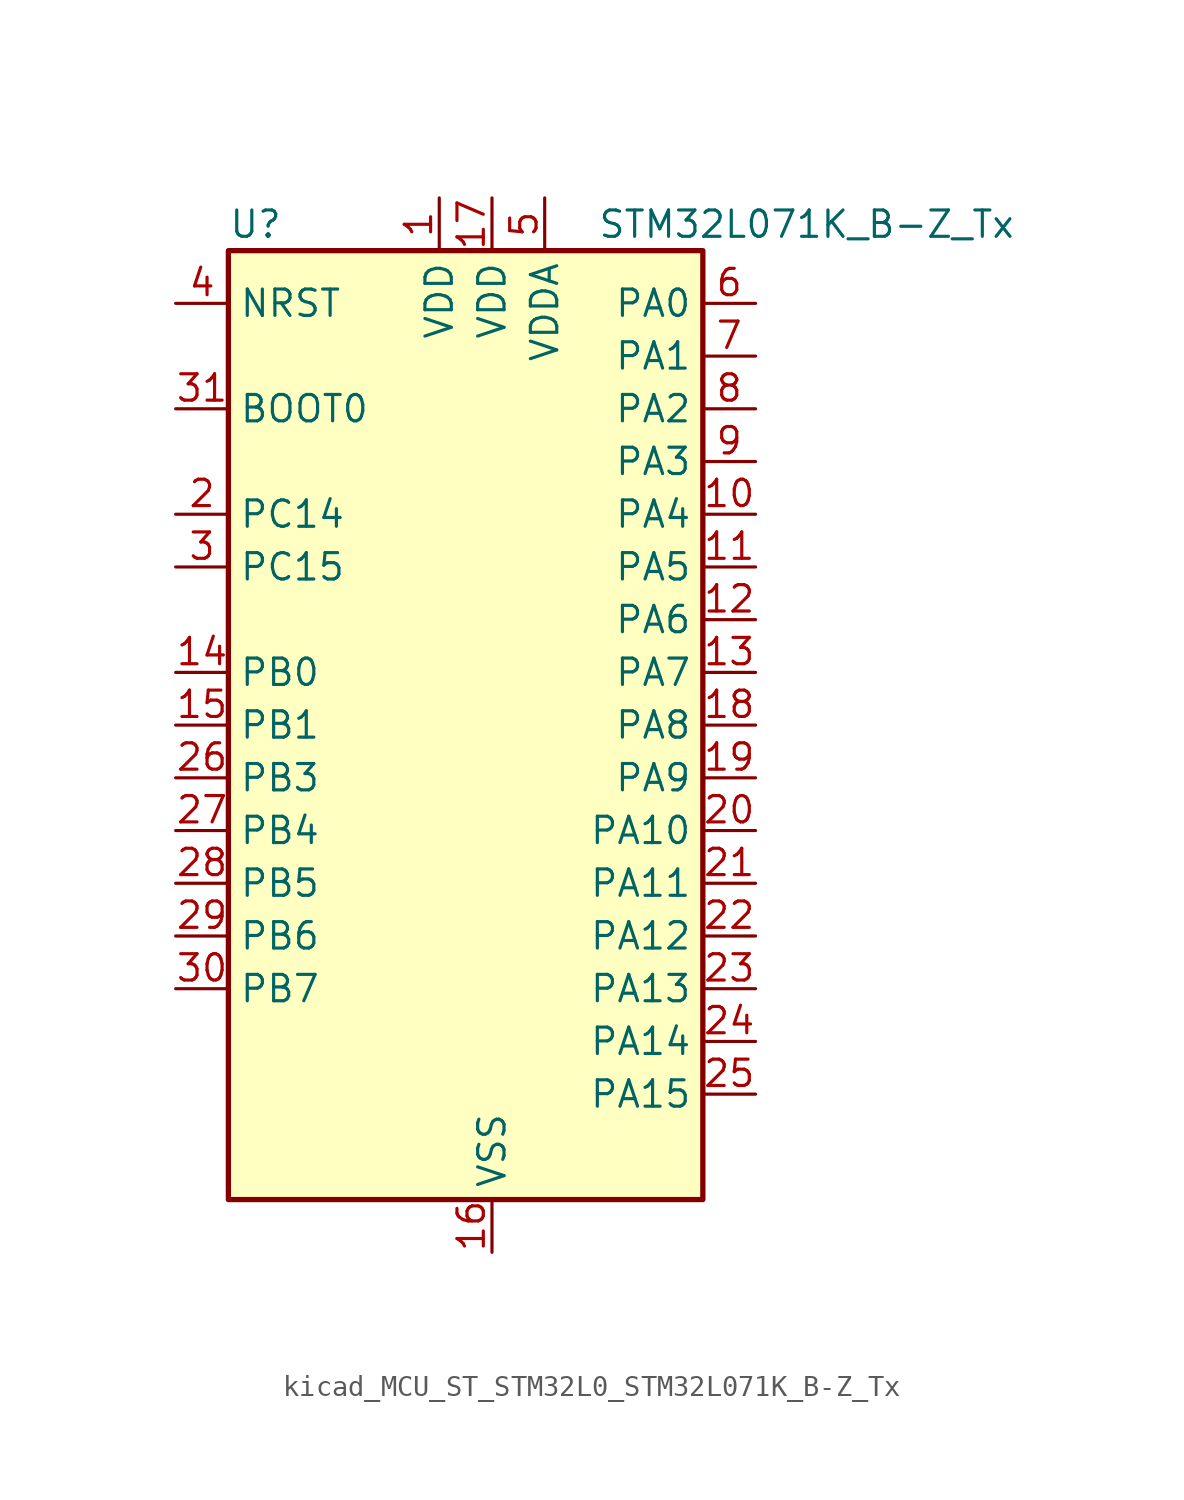
<source format=kicad_sym>
(kicad_symbol_lib
  (version 20220914)
  (generator kicad_symbol_editor)
  (symbol "kicad_MCU_ST_STM32L0_STM32L071K_B-Z_Tx"
    (property "Reference" "U"
      (at -10.16 24.13 0)
      (effects (font (size 1.27 1.27)) (justify left)))
    (property "Value" "STM32L071K_B-Z_Tx"
      (at 7.62 24.13 0)
      (effects (font (size 1.27 1.27)) (justify left)))
    (property "ki_locked" ""
      (at 0 0 0)
      (effects (font (size 1.27 1.27))))
    (symbol "kicad_MCU_ST_STM32L0_STM32L071K_B-Z_Tx_0_1"
      (rectangle (start -10.16 -22.86) (end 12.7 22.86) (stroke (width 0.254) (type default)) (fill (type background))))
    (symbol "kicad_MCU_ST_STM32L0_STM32L071K_B-Z_Tx_1_1"
      (pin power_in line (at 0 25.4 270) (length 2.54) (name "VDD" (effects (font (size 1.27 1.27)))) (number "1" (effects (font (size 1.27 1.27)))))
      (pin bidirectional line (at 15.24 10.16 180) (length 2.54) (name "PA4" (effects (font (size 1.27 1.27)))) (number "10" (effects (font (size 1.27 1.27)))) (alternate "ADC_IN4" bidirectional line) (alternate "COMP1_INM" bidirectional line) (alternate "COMP2_INM" bidirectional line) (alternate "SPI1_NSS" bidirectional line) (alternate "TIM22_ETR" bidirectional line) (alternate "USART2_CK" bidirectional line))
      (pin bidirectional line (at 15.24 7.62 180) (length 2.54) (name "PA5" (effects (font (size 1.27 1.27)))) (number "11" (effects (font (size 1.27 1.27)))) (alternate "ADC_IN5" bidirectional line) (alternate "COMP1_INM" bidirectional line) (alternate "COMP2_INM" bidirectional line) (alternate "SPI1_SCK" bidirectional line) (alternate "TIM2_CH1" bidirectional line) (alternate "TIM2_ETR" bidirectional line))
      (pin bidirectional line (at 15.24 5.08 180) (length 2.54) (name "PA6" (effects (font (size 1.27 1.27)))) (number "12" (effects (font (size 1.27 1.27)))) (alternate "ADC_IN6" bidirectional line) (alternate "COMP1_OUT" bidirectional line) (alternate "LPUART1_CTS" bidirectional line) (alternate "SPI1_MISO" bidirectional line) (alternate "TIM22_CH1" bidirectional line) (alternate "TIM3_CH1" bidirectional line))
      (pin bidirectional line (at 15.24 2.54 180) (length 2.54) (name "PA7" (effects (font (size 1.27 1.27)))) (number "13" (effects (font (size 1.27 1.27)))) (alternate "ADC_IN7" bidirectional line) (alternate "COMP2_OUT" bidirectional line) (alternate "SPI1_MOSI" bidirectional line) (alternate "TIM22_CH2" bidirectional line) (alternate "TIM3_CH2" bidirectional line))
      (pin bidirectional line (at -12.7 2.54 0) (length 2.54) (name "PB0" (effects (font (size 1.27 1.27)))) (number "14" (effects (font (size 1.27 1.27)))) (alternate "ADC_IN8" bidirectional line) (alternate "SYS_VREF_OUT_PB0" bidirectional line) (alternate "TIM3_CH3" bidirectional line))
      (pin bidirectional line (at -12.7 0 0) (length 2.54) (name "PB1" (effects (font (size 1.27 1.27)))) (number "15" (effects (font (size 1.27 1.27)))) (alternate "ADC_IN9" bidirectional line) (alternate "LPUART1_DE" bidirectional line) (alternate "LPUART1_RTS" bidirectional line) (alternate "SYS_VREF_OUT_PB1" bidirectional line) (alternate "TIM3_CH4" bidirectional line))
      (pin power_in line (at 2.54 -25.4 90) (length 2.54) (name "VSS" (effects (font (size 1.27 1.27)))) (number "16" (effects (font (size 1.27 1.27)))))
      (pin power_in line (at 2.54 25.4 270) (length 2.54) (name "VDD" (effects (font (size 1.27 1.27)))) (number "17" (effects (font (size 1.27 1.27)))))
      (pin bidirectional line (at 15.24 0 180) (length 2.54) (name "PA8" (effects (font (size 1.27 1.27)))) (number "18" (effects (font (size 1.27 1.27)))) (alternate "I2C3_SCL" bidirectional line) (alternate "RCC_MCO" bidirectional line) (alternate "USART1_CK" bidirectional line))
      (pin bidirectional line (at 15.24 -2.54 180) (length 2.54) (name "PA9" (effects (font (size 1.27 1.27)))) (number "19" (effects (font (size 1.27 1.27)))) (alternate "I2C1_SCL" bidirectional line) (alternate "I2C3_SMBA" bidirectional line) (alternate "RCC_MCO" bidirectional line) (alternate "USART1_TX" bidirectional line))
      (pin bidirectional line (at -12.7 10.16 0) (length 2.54) (name "PC14" (effects (font (size 1.27 1.27)))) (number "2" (effects (font (size 1.27 1.27)))) (alternate "RCC_OSC32_IN" bidirectional line))
      (pin bidirectional line (at 15.24 -5.08 180) (length 2.54) (name "PA10" (effects (font (size 1.27 1.27)))) (number "20" (effects (font (size 1.27 1.27)))) (alternate "I2C1_SDA" bidirectional line) (alternate "USART1_RX" bidirectional line))
      (pin bidirectional line (at 15.24 -7.62 180) (length 2.54) (name "PA11" (effects (font (size 1.27 1.27)))) (number "21" (effects (font (size 1.27 1.27)))) (alternate "ADC_EXTI11" bidirectional line) (alternate "COMP1_OUT" bidirectional line) (alternate "SPI1_MISO" bidirectional line) (alternate "USART1_CTS" bidirectional line))
      (pin bidirectional line (at 15.24 -10.16 180) (length 2.54) (name "PA12" (effects (font (size 1.27 1.27)))) (number "22" (effects (font (size 1.27 1.27)))) (alternate "COMP2_OUT" bidirectional line) (alternate "SPI1_MOSI" bidirectional line) (alternate "USART1_DE" bidirectional line) (alternate "USART1_RTS" bidirectional line))
      (pin bidirectional line (at 15.24 -12.7 180) (length 2.54) (name "PA13" (effects (font (size 1.27 1.27)))) (number "23" (effects (font (size 1.27 1.27)))) (alternate "LPUART1_RX" bidirectional line) (alternate "SYS_SWDIO" bidirectional line))
      (pin bidirectional line (at 15.24 -15.24 180) (length 2.54) (name "PA14" (effects (font (size 1.27 1.27)))) (number "24" (effects (font (size 1.27 1.27)))) (alternate "LPUART1_TX" bidirectional line) (alternate "SYS_SWCLK" bidirectional line) (alternate "USART2_TX" bidirectional line))
      (pin bidirectional line (at 15.24 -17.78 180) (length 2.54) (name "PA15" (effects (font (size 1.27 1.27)))) (number "25" (effects (font (size 1.27 1.27)))) (alternate "SPI1_NSS" bidirectional line) (alternate "TIM2_CH1" bidirectional line) (alternate "TIM2_ETR" bidirectional line) (alternate "USART2_RX" bidirectional line) (alternate "USART4_DE" bidirectional line) (alternate "USART4_RTS" bidirectional line))
      (pin bidirectional line (at -12.7 -2.54 0) (length 2.54) (name "PB3" (effects (font (size 1.27 1.27)))) (number "26" (effects (font (size 1.27 1.27)))) (alternate "COMP2_INM" bidirectional line) (alternate "SPI1_SCK" bidirectional line) (alternate "TIM2_CH2" bidirectional line) (alternate "USART1_DE" bidirectional line) (alternate "USART1_RTS" bidirectional line) (alternate "USART5_TX" bidirectional line))
      (pin bidirectional line (at -12.7 -5.08 0) (length 2.54) (name "PB4" (effects (font (size 1.27 1.27)))) (number "27" (effects (font (size 1.27 1.27)))) (alternate "COMP2_INP" bidirectional line) (alternate "I2C3_SDA" bidirectional line) (alternate "SPI1_MISO" bidirectional line) (alternate "TIM22_CH1" bidirectional line) (alternate "TIM3_CH1" bidirectional line) (alternate "USART1_CTS" bidirectional line) (alternate "USART5_RX" bidirectional line))
      (pin bidirectional line (at -12.7 -7.62 0) (length 2.54) (name "PB5" (effects (font (size 1.27 1.27)))) (number "28" (effects (font (size 1.27 1.27)))) (alternate "COMP2_INP" bidirectional line) (alternate "I2C1_SMBA" bidirectional line) (alternate "LPTIM1_IN1" bidirectional line) (alternate "SPI1_MOSI" bidirectional line) (alternate "TIM22_CH2" bidirectional line) (alternate "TIM3_CH2" bidirectional line) (alternate "USART1_CK" bidirectional line) (alternate "USART5_CK" bidirectional line) (alternate "USART5_DE" bidirectional line) (alternate "USART5_RTS" bidirectional line))
      (pin bidirectional line (at -12.7 -10.16 0) (length 2.54) (name "PB6" (effects (font (size 1.27 1.27)))) (number "29" (effects (font (size 1.27 1.27)))) (alternate "COMP2_INP" bidirectional line) (alternate "I2C1_SCL" bidirectional line) (alternate "LPTIM1_ETR" bidirectional line) (alternate "USART1_TX" bidirectional line))
      (pin bidirectional line (at -12.7 7.62 0) (length 2.54) (name "PC15" (effects (font (size 1.27 1.27)))) (number "3" (effects (font (size 1.27 1.27)))) (alternate "RCC_OSC32_OUT" bidirectional line))
      (pin bidirectional line (at -12.7 -12.7 0) (length 2.54) (name "PB7" (effects (font (size 1.27 1.27)))) (number "30" (effects (font (size 1.27 1.27)))) (alternate "COMP2_INP" bidirectional line) (alternate "I2C1_SDA" bidirectional line) (alternate "LPTIM1_IN2" bidirectional line) (alternate "SYS_PVD_IN" bidirectional line) (alternate "USART1_RX" bidirectional line) (alternate "USART4_CTS" bidirectional line))
      (pin input line (at -12.7 15.24 0) (length 2.54) (name "BOOT0" (effects (font (size 1.27 1.27)))) (number "31" (effects (font (size 1.27 1.27)))))
      (pin passive line (at 2.54 -25.4 90) (length 2.54) hide (name "VSS" (effects (font (size 1.27 1.27)))) (number "32" (effects (font (size 1.27 1.27)))))
      (pin input line (at -12.7 20.32 0) (length 2.54) (name "NRST" (effects (font (size 1.27 1.27)))) (number "4" (effects (font (size 1.27 1.27)))))
      (pin power_in line (at 5.08 25.4 270) (length 2.54) (name "VDDA" (effects (font (size 1.27 1.27)))) (number "5" (effects (font (size 1.27 1.27)))))
      (pin bidirectional line (at 15.24 20.32 180) (length 2.54) (name "PA0" (effects (font (size 1.27 1.27)))) (number "6" (effects (font (size 1.27 1.27)))) (alternate "ADC_IN0" bidirectional line) (alternate "COMP1_INM" bidirectional line) (alternate "COMP1_OUT" bidirectional line) (alternate "RTC_TAMP2" bidirectional line) (alternate "SYS_WKUP1" bidirectional line) (alternate "TIM2_CH1" bidirectional line) (alternate "TIM2_ETR" bidirectional line) (alternate "USART2_CTS" bidirectional line) (alternate "USART4_TX" bidirectional line))
      (pin bidirectional line (at 15.24 17.78 180) (length 2.54) (name "PA1" (effects (font (size 1.27 1.27)))) (number "7" (effects (font (size 1.27 1.27)))) (alternate "ADC_IN1" bidirectional line) (alternate "COMP1_INP" bidirectional line) (alternate "TIM21_ETR" bidirectional line) (alternate "TIM2_CH2" bidirectional line) (alternate "USART2_DE" bidirectional line) (alternate "USART2_RTS" bidirectional line) (alternate "USART4_RX" bidirectional line))
      (pin bidirectional line (at 15.24 15.24 180) (length 2.54) (name "PA2" (effects (font (size 1.27 1.27)))) (number "8" (effects (font (size 1.27 1.27)))) (alternate "ADC_IN2" bidirectional line) (alternate "COMP2_INM" bidirectional line) (alternate "COMP2_OUT" bidirectional line) (alternate "LPUART1_TX" bidirectional line) (alternate "TIM21_CH1" bidirectional line) (alternate "TIM2_CH3" bidirectional line) (alternate "USART2_TX" bidirectional line))
      (pin bidirectional line (at 15.24 12.7 180) (length 2.54) (name "PA3" (effects (font (size 1.27 1.27)))) (number "9" (effects (font (size 1.27 1.27)))) (alternate "ADC_IN3" bidirectional line) (alternate "COMP2_INP" bidirectional line) (alternate "LPUART1_RX" bidirectional line) (alternate "TIM21_CH2" bidirectional line) (alternate "TIM2_CH4" bidirectional line) (alternate "USART2_RX" bidirectional line)))))
</source>
